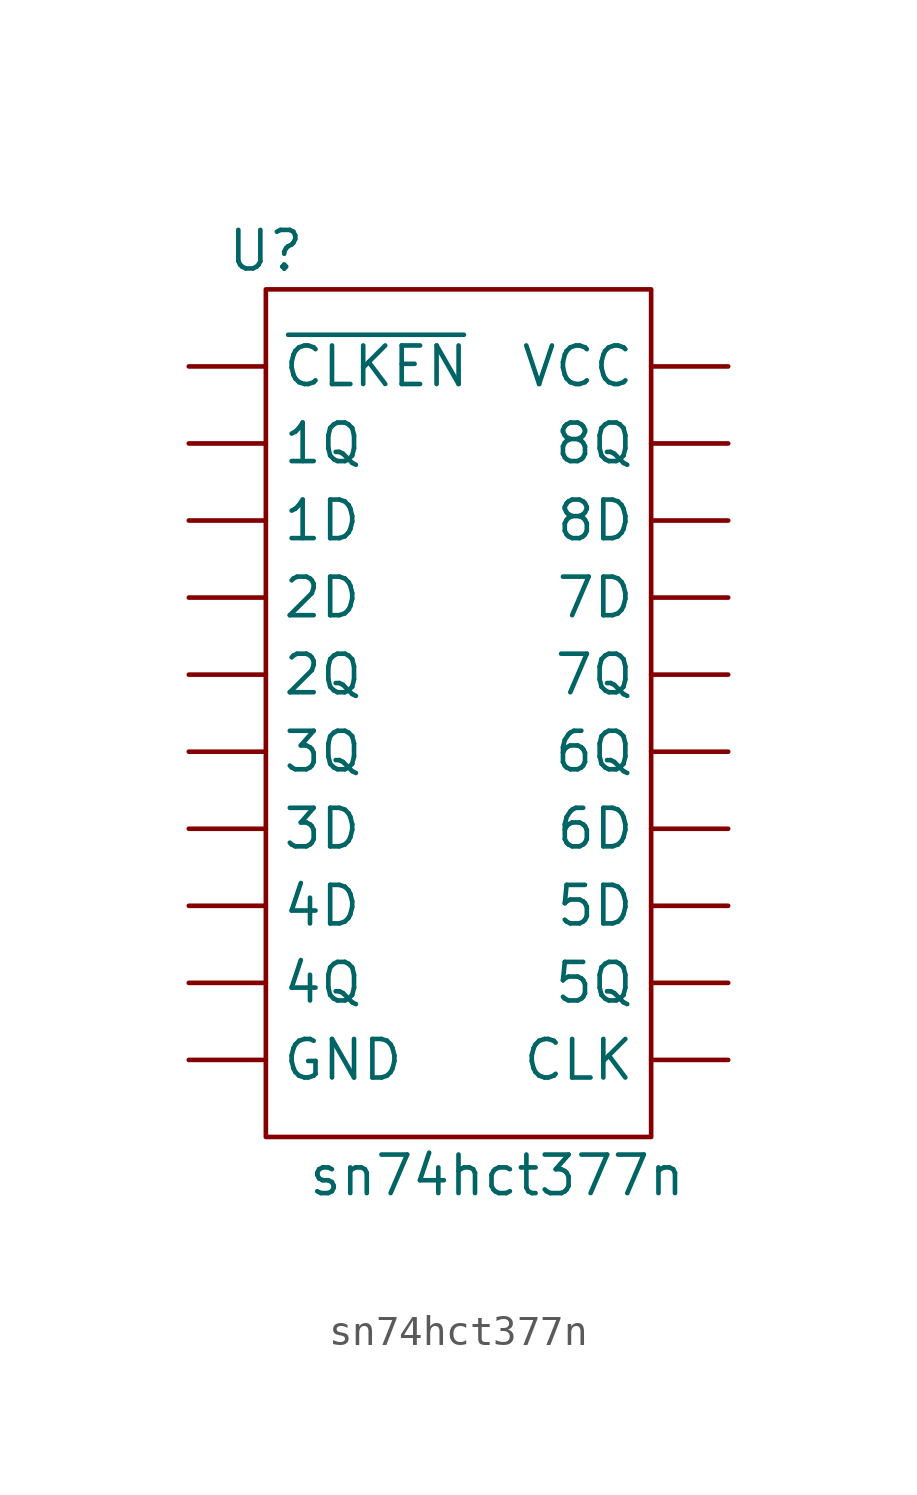
<source format=kicad_sym>
(kicad_symbol_lib
  (version 20211014)
  (generator kicad_symbol_editor)
  (symbol "sn74hct377n"
    (property "Reference" "U"
      (at -6.35 15.24 0)
      (effects (font (size 1.27 1.27))))
    (property "Value" "sn74hct377n"
      (at 1.27 -15.24 0)
      (effects (font (size 1.27 1.27))))
    (symbol "sn74hct377n_0_1"
      (rectangle (start -6.35 13.97) (end 6.35 -13.97) (stroke (width 0) (type default) (color 0 0 0 0)) (fill (type none))))
    (symbol "sn74hct377n_1_1"
      (pin input line (at -8.89 6.35 0) (length 2.54) (name "1D" (effects (font (size 1.27 1.27)))) (number "" (effects (font (size 1.27 1.27)))))
      (pin input line (at -8.89 8.89 0) (length 2.54) (name "1Q" (effects (font (size 1.27 1.27)))) (number "" (effects (font (size 1.27 1.27)))))
      (pin input line (at -8.89 3.81 0) (length 2.54) (name "2D" (effects (font (size 1.27 1.27)))) (number "" (effects (font (size 1.27 1.27)))))
      (pin input line (at -8.89 1.27 0) (length 2.54) (name "2Q" (effects (font (size 1.27 1.27)))) (number "" (effects (font (size 1.27 1.27)))))
      (pin input line (at -8.89 -3.81 0) (length 2.54) (name "3D" (effects (font (size 1.27 1.27)))) (number "" (effects (font (size 1.27 1.27)))))
      (pin input line (at -8.89 -1.27 0) (length 2.54) (name "3Q" (effects (font (size 1.27 1.27)))) (number "" (effects (font (size 1.27 1.27)))))
      (pin input line (at -8.89 -6.35 0) (length 2.54) (name "4D" (effects (font (size 1.27 1.27)))) (number "" (effects (font (size 1.27 1.27)))))
      (pin input line (at -8.89 -8.89 0) (length 2.54) (name "4Q" (effects (font (size 1.27 1.27)))) (number "" (effects (font (size 1.27 1.27)))))
      (pin input line (at 8.89 -6.35 180) (length 2.54) (name "5D" (effects (font (size 1.27 1.27)))) (number "" (effects (font (size 1.27 1.27)))))
      (pin input line (at 8.89 -8.89 180) (length 2.54) (name "5Q" (effects (font (size 1.27 1.27)))) (number "" (effects (font (size 1.27 1.27)))))
      (pin input line (at 8.89 -3.81 180) (length 2.54) (name "6D" (effects (font (size 1.27 1.27)))) (number "" (effects (font (size 1.27 1.27)))))
      (pin input line (at 8.89 -1.27 180) (length 2.54) (name "6Q" (effects (font (size 1.27 1.27)))) (number "" (effects (font (size 1.27 1.27)))))
      (pin input line (at 8.89 3.81 180) (length 2.54) (name "7D" (effects (font (size 1.27 1.27)))) (number "" (effects (font (size 1.27 1.27)))))
      (pin input line (at 8.89 1.27 180) (length 2.54) (name "7Q" (effects (font (size 1.27 1.27)))) (number "" (effects (font (size 1.27 1.27)))))
      (pin input line (at 8.89 6.35 180) (length 2.54) (name "8D" (effects (font (size 1.27 1.27)))) (number "" (effects (font (size 1.27 1.27)))))
      (pin input line (at 8.89 8.89 180) (length 2.54) (name "8Q" (effects (font (size 1.27 1.27)))) (number "" (effects (font (size 1.27 1.27)))))
      (pin input line (at 8.89 -11.43 180) (length 2.54) (name "CLK" (effects (font (size 1.27 1.27)))) (number "" (effects (font (size 1.27 1.27)))))
      (pin input line (at -8.89 -11.43 0) (length 2.54) (name "GND" (effects (font (size 1.27 1.27)))) (number "" (effects (font (size 1.27 1.27)))))
      (pin input line (at 8.89 11.43 180) (length 2.54) (name "VCC" (effects (font (size 1.27 1.27)))) (number "" (effects (font (size 1.27 1.27)))) (alternate " " free line))
      (pin input line (at -8.89 11.43 0) (length 2.54) (name "~{CLKEN}" (effects (font (size 1.27 1.27)))) (number "" (effects (font (size 1.27 1.27))))))))
</source>
